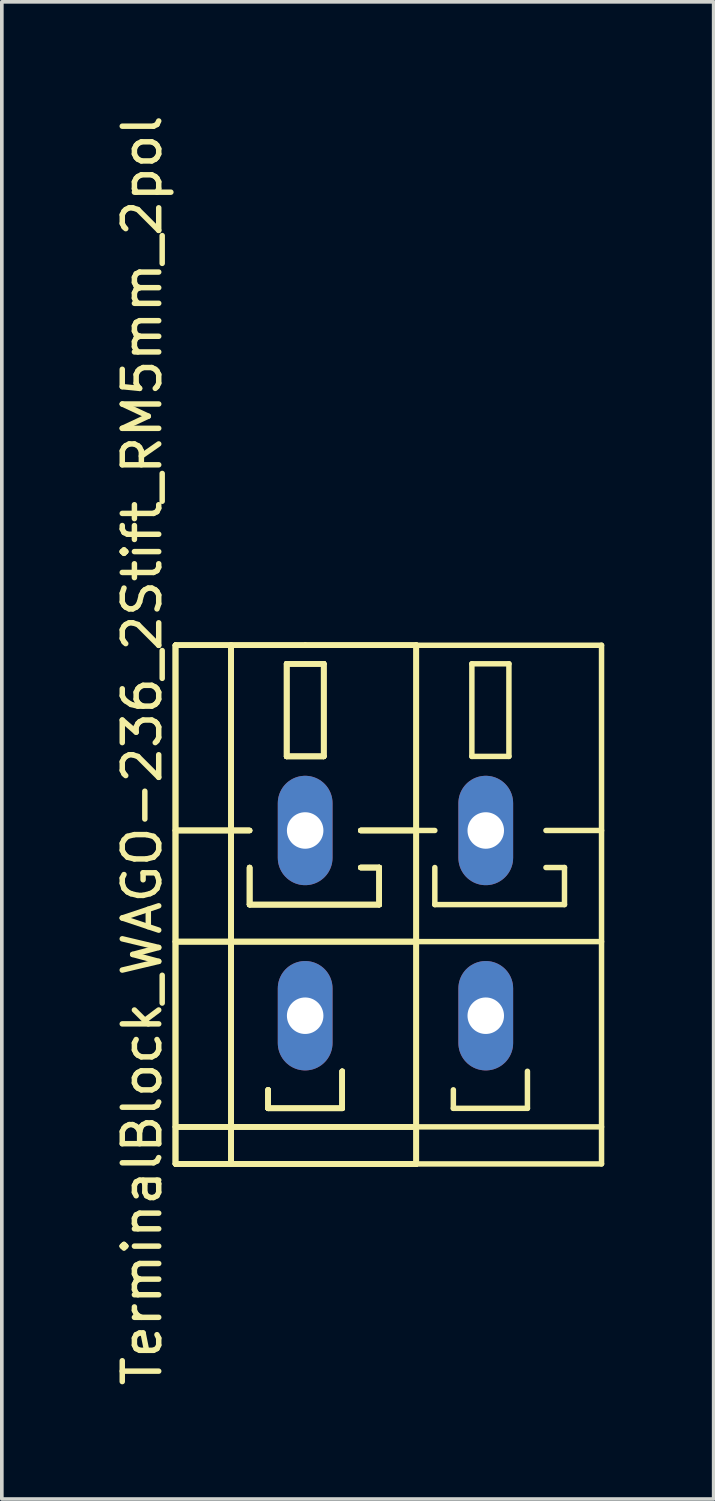
<source format=kicad_pcb>
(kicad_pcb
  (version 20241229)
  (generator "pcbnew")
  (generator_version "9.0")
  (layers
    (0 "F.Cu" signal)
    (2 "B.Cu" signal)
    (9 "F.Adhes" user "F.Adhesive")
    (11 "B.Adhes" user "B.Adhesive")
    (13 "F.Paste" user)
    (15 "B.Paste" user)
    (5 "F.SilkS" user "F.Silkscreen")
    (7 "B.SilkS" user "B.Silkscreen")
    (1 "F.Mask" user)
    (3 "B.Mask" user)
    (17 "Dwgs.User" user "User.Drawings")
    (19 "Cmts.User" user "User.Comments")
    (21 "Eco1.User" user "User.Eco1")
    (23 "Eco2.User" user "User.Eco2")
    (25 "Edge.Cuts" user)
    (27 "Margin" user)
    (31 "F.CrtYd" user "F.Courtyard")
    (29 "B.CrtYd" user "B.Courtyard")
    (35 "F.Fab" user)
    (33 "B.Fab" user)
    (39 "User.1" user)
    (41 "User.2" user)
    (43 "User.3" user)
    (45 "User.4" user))
  (footprint "TerminalBlock_WAGO-236_2Stift_RM5mm_2pol"
    (layer "F.Cu")
    (at 7.859 22.266)
    (property "Reference" "TerminalBlock_WAGO-236_2Stift_RM5mm_2pol" (at -7.011 -4.736 270) (layer "F.SilkS") (effects (font (size 1 1) (thickness 0.15))))
    (attr through_hole)
    (fp_line (start -6.096 -7.62) (end -4.572 -7.62) (stroke (width 0.15) (type solid)) (layer "F.SilkS"))
    (fp_line (start -6.096 -7.62) (end -4.572 -7.62) (stroke (width 0.15) (type solid)) (layer "F.SilkS"))
    (fp_line (start -6.096 -7.62) (end -4.572 -7.62) (stroke (width 0.15) (type solid)) (layer "F.SilkS"))
    (fp_line (start -6.096 -7.62) (end -4.572 -7.62) (stroke (width 0.15) (type solid)) (layer "F.SilkS"))
    (fp_line (start -6.096 -2.54) (end -4.064 -2.54) (stroke (width 0.15) (type solid)) (layer "F.SilkS"))
    (fp_line (start -6.096 -2.54) (end -4.064 -2.54) (stroke (width 0.15) (type solid)) (layer "F.SilkS"))
    (fp_line (start -6.096 -2.54) (end -4.064 -2.54) (stroke (width 0.15) (type solid)) (layer "F.SilkS"))
    (fp_line (start -6.096 -2.54) (end -4.064 -2.54) (stroke (width 0.15) (type solid)) (layer "F.SilkS"))
    (fp_line (start -6.096 0.508) (end 0.508 0.508) (stroke (width 0.15) (type solid)) (layer "F.SilkS"))
    (fp_line (start -6.096 0.508) (end 0.508 0.508) (stroke (width 0.15) (type solid)) (layer "F.SilkS"))
    (fp_line (start -6.096 0.508) (end 0.508 0.508) (stroke (width 0.15) (type solid)) (layer "F.SilkS"))
    (fp_line (start -6.096 0.508) (end 0.508 0.508) (stroke (width 0.15) (type solid)) (layer "F.SilkS"))
    (fp_line (start -6.096 5.588) (end 0.508 5.588) (stroke (width 0.15) (type solid)) (layer "F.SilkS"))
    (fp_line (start -6.096 5.588) (end 0.508 5.588) (stroke (width 0.15) (type solid)) (layer "F.SilkS"))
    (fp_line (start -6.096 5.588) (end 0.508 5.588) (stroke (width 0.15) (type solid)) (layer "F.SilkS"))
    (fp_line (start -6.096 5.588) (end 0.508 5.588) (stroke (width 0.15) (type solid)) (layer "F.SilkS"))
    (fp_line (start -6.096 6.604) (end -6.096 -7.62) (stroke (width 0.15) (type solid)) (layer "F.SilkS"))
    (fp_line (start -6.096 6.604) (end -6.096 -7.62) (stroke (width 0.15) (type solid)) (layer "F.SilkS"))
    (fp_line (start -6.096 6.604) (end -6.096 -7.62) (stroke (width 0.15) (type solid)) (layer "F.SilkS"))
    (fp_line (start -6.096 6.604) (end -6.096 -7.62) (stroke (width 0.15) (type solid)) (layer "F.SilkS"))
    (fp_line (start -4.572 -7.62) (end -2.54 -7.62) (stroke (width 0.15) (type solid)) (layer "F.SilkS"))
    (fp_line (start -4.572 -7.62) (end -2.54 -7.62) (stroke (width 0.15) (type solid)) (layer "F.SilkS"))
    (fp_line (start -4.572 -7.62) (end -2.54 -7.62) (stroke (width 0.15) (type solid)) (layer "F.SilkS"))
    (fp_line (start -4.572 -7.62) (end -2.54 -7.62) (stroke (width 0.15) (type solid)) (layer "F.SilkS"))
    (fp_line (start -4.572 6.604) (end -6.096 6.604) (stroke (width 0.15) (type solid)) (layer "F.SilkS"))
    (fp_line (start -4.572 6.604) (end -6.096 6.604) (stroke (width 0.15) (type solid)) (layer "F.SilkS"))
    (fp_line (start -4.572 6.604) (end -6.096 6.604) (stroke (width 0.15) (type solid)) (layer "F.SilkS"))
    (fp_line (start -4.572 6.604) (end -6.096 6.604) (stroke (width 0.15) (type solid)) (layer "F.SilkS"))
    (fp_line (start -4.572 6.604) (end -4.572 -7.62) (stroke (width 0.15) (type solid)) (layer "F.SilkS"))
    (fp_line (start -4.572 6.604) (end -4.572 -7.62) (stroke (width 0.15) (type solid)) (layer "F.SilkS"))
    (fp_line (start -4.572 6.604) (end -4.572 -7.62) (stroke (width 0.15) (type solid)) (layer "F.SilkS"))
    (fp_line (start -4.572 6.604) (end -4.572 -7.62) (stroke (width 0.15) (type solid)) (layer "F.SilkS"))
    (fp_line (start -4.064 -1.524) (end -4.064 -0.508) (stroke (width 0.15) (type solid)) (layer "F.SilkS"))
    (fp_line (start -4.064 -1.524) (end -4.064 -0.508) (stroke (width 0.15) (type solid)) (layer "F.SilkS"))
    (fp_line (start -4.064 -1.524) (end -4.064 -0.508) (stroke (width 0.15) (type solid)) (layer "F.SilkS"))
    (fp_line (start -4.064 -1.524) (end -4.064 -0.508) (stroke (width 0.15) (type solid)) (layer "F.SilkS"))
    (fp_line (start -4.064 -0.508) (end -0.508 -0.508) (stroke (width 0.15) (type solid)) (layer "F.SilkS"))
    (fp_line (start -4.064 -0.508) (end -0.508 -0.508) (stroke (width 0.15) (type solid)) (layer "F.SilkS"))
    (fp_line (start -4.064 -0.508) (end -0.508 -0.508) (stroke (width 0.15) (type solid)) (layer "F.SilkS"))
    (fp_line (start -4.064 -0.508) (end -0.508 -0.508) (stroke (width 0.15) (type solid)) (layer "F.SilkS"))
    (fp_line (start -3.556 4.572) (end -3.556 5.08) (stroke (width 0.15) (type solid)) (layer "F.SilkS"))
    (fp_line (start -3.556 4.572) (end -3.556 5.08) (stroke (width 0.15) (type solid)) (layer "F.SilkS"))
    (fp_line (start -3.556 4.572) (end -3.556 5.08) (stroke (width 0.15) (type solid)) (layer "F.SilkS"))
    (fp_line (start -3.556 4.572) (end -3.556 5.08) (stroke (width 0.15) (type solid)) (layer "F.SilkS"))
    (fp_line (start -3.556 5.08) (end -1.524 5.08) (stroke (width 0.15) (type solid)) (layer "F.SilkS"))
    (fp_line (start -3.556 5.08) (end -1.524 5.08) (stroke (width 0.15) (type solid)) (layer "F.SilkS"))
    (fp_line (start -3.556 5.08) (end -1.524 5.08) (stroke (width 0.15) (type solid)) (layer "F.SilkS"))
    (fp_line (start -3.556 5.08) (end -1.524 5.08) (stroke (width 0.15) (type solid)) (layer "F.SilkS"))
    (fp_line (start -3.048 -7.112) (end -2.032 -7.112) (stroke (width 0.15) (type solid)) (layer "F.SilkS"))
    (fp_line (start -3.048 -7.112) (end -2.032 -7.112) (stroke (width 0.15) (type solid)) (layer "F.SilkS"))
    (fp_line (start -3.048 -7.112) (end -2.032 -7.112) (stroke (width 0.15) (type solid)) (layer "F.SilkS"))
    (fp_line (start -3.048 -7.112) (end -2.032 -7.112) (stroke (width 0.15) (type solid)) (layer "F.SilkS"))
    (fp_line (start -3.048 -4.572) (end -3.048 -7.112) (stroke (width 0.15) (type solid)) (layer "F.SilkS"))
    (fp_line (start -3.048 -4.572) (end -3.048 -7.112) (stroke (width 0.15) (type solid)) (layer "F.SilkS"))
    (fp_line (start -3.048 -4.572) (end -3.048 -7.112) (stroke (width 0.15) (type solid)) (layer "F.SilkS"))
    (fp_line (start -3.048 -4.572) (end -3.048 -7.112) (stroke (width 0.15) (type solid)) (layer "F.SilkS"))
    (fp_line (start -2.54 -7.62) (end 0.508 -7.62) (stroke (width 0.15) (type solid)) (layer "F.SilkS"))
    (fp_line (start -2.54 -7.62) (end 0.508 -7.62) (stroke (width 0.15) (type solid)) (layer "F.SilkS"))
    (fp_line (start -2.54 -7.62) (end 0.508 -7.62) (stroke (width 0.15) (type solid)) (layer "F.SilkS"))
    (fp_line (start -2.54 -7.62) (end 0.508 -7.62) (stroke (width 0.15) (type solid)) (layer "F.SilkS"))
    (fp_line (start -2.032 -7.112) (end -2.032 -4.572) (stroke (width 0.15) (type solid)) (layer "F.SilkS"))
    (fp_line (start -2.032 -7.112) (end -2.032 -4.572) (stroke (width 0.15) (type solid)) (layer "F.SilkS"))
    (fp_line (start -2.032 -7.112) (end -2.032 -4.572) (stroke (width 0.15) (type solid)) (layer "F.SilkS"))
    (fp_line (start -2.032 -7.112) (end -2.032 -4.572) (stroke (width 0.15) (type solid)) (layer "F.SilkS"))
    (fp_line (start -2.032 -4.572) (end -3.048 -4.572) (stroke (width 0.15) (type solid)) (layer "F.SilkS"))
    (fp_line (start -2.032 -4.572) (end -3.048 -4.572) (stroke (width 0.15) (type solid)) (layer "F.SilkS"))
    (fp_line (start -2.032 -4.572) (end -3.048 -4.572) (stroke (width 0.15) (type solid)) (layer "F.SilkS"))
    (fp_line (start -2.032 -4.572) (end -3.048 -4.572) (stroke (width 0.15) (type solid)) (layer "F.SilkS"))
    (fp_line (start -1.524 5.08) (end -1.524 4.064) (stroke (width 0.15) (type solid)) (layer "F.SilkS"))
    (fp_line (start -1.524 5.08) (end -1.524 4.064) (stroke (width 0.15) (type solid)) (layer "F.SilkS"))
    (fp_line (start -1.524 5.08) (end -1.524 4.064) (stroke (width 0.15) (type solid)) (layer "F.SilkS"))
    (fp_line (start -1.524 5.08) (end -1.524 4.064) (stroke (width 0.15) (type solid)) (layer "F.SilkS"))
    (fp_line (start -1.016 -2.54) (end 0.508 -2.54) (stroke (width 0.15) (type solid)) (layer "F.SilkS"))
    (fp_line (start -1.016 -2.54) (end 0.508 -2.54) (stroke (width 0.15) (type solid)) (layer "F.SilkS"))
    (fp_line (start -1.016 -2.54) (end 0.508 -2.54) (stroke (width 0.15) (type solid)) (layer "F.SilkS"))
    (fp_line (start -1.016 -2.54) (end 0.508 -2.54) (stroke (width 0.15) (type solid)) (layer "F.SilkS"))
    (fp_line (start -0.508 -1.524) (end -1.016 -1.524) (stroke (width 0.15) (type solid)) (layer "F.SilkS"))
    (fp_line (start -0.508 -1.524) (end -1.016 -1.524) (stroke (width 0.15) (type solid)) (layer "F.SilkS"))
    (fp_line (start -0.508 -1.524) (end -1.016 -1.524) (stroke (width 0.15) (type solid)) (layer "F.SilkS"))
    (fp_line (start -0.508 -1.524) (end -1.016 -1.524) (stroke (width 0.15) (type solid)) (layer "F.SilkS"))
    (fp_line (start -0.508 -0.508) (end -0.508 -1.524) (stroke (width 0.15) (type solid)) (layer "F.SilkS"))
    (fp_line (start -0.508 -0.508) (end -0.508 -1.524) (stroke (width 0.15) (type solid)) (layer "F.SilkS"))
    (fp_line (start -0.508 -0.508) (end -0.508 -1.524) (stroke (width 0.15) (type solid)) (layer "F.SilkS"))
    (fp_line (start -0.508 -0.508) (end -0.508 -1.524) (stroke (width 0.15) (type solid)) (layer "F.SilkS"))
    (fp_line (start 0.508 -7.62) (end 0.508 6.604) (stroke (width 0.15) (type solid)) (layer "F.SilkS"))
    (fp_line (start 0.508 -7.62) (end 0.508 6.604) (stroke (width 0.15) (type solid)) (layer "F.SilkS"))
    (fp_line (start 0.508 -7.62) (end 0.508 6.604) (stroke (width 0.15) (type solid)) (layer "F.SilkS"))
    (fp_line (start 0.508 -7.62) (end 0.508 6.604) (stroke (width 0.15) (type solid)) (layer "F.SilkS"))
    (fp_line (start 0.508 -2.54) (end 1.016 -2.54) (stroke (width 0.15) (type solid)) (layer "F.SilkS"))
    (fp_line (start 0.508 0.508) (end 5.588 0.508) (stroke (width 0.15) (type solid)) (layer "F.SilkS"))
    (fp_line (start 0.508 5.588) (end 5.588 5.588) (stroke (width 0.15) (type solid)) (layer "F.SilkS"))
    (fp_line (start 0.508 6.604) (end -4.572 6.604) (stroke (width 0.15) (type solid)) (layer "F.SilkS"))
    (fp_line (start 0.508 6.604) (end -4.572 6.604) (stroke (width 0.15) (type solid)) (layer "F.SilkS"))
    (fp_line (start 0.508 6.604) (end -4.572 6.604) (stroke (width 0.15) (type solid)) (layer "F.SilkS"))
    (fp_line (start 0.508 6.604) (end -4.572 6.604) (stroke (width 0.15) (type solid)) (layer "F.SilkS"))
    (fp_line (start 0.508 6.604) (end 5.588 6.604) (stroke (width 0.15) (type solid)) (layer "F.SilkS"))
    (fp_line (start 1.016 -1.524) (end 1.016 -0.508) (stroke (width 0.15) (type solid)) (layer "F.SilkS"))
    (fp_line (start 1.016 -0.508) (end 4.572 -0.508) (stroke (width 0.15) (type solid)) (layer "F.SilkS"))
    (fp_line (start 1.524 4.572) (end 1.524 5.08) (stroke (width 0.15) (type solid)) (layer "F.SilkS"))
    (fp_line (start 1.524 5.08) (end 3.556 5.08) (stroke (width 0.15) (type solid)) (layer "F.SilkS"))
    (fp_line (start 2.032 -7.112) (end 2.032 -4.572) (stroke (width 0.15) (type solid)) (layer "F.SilkS"))
    (fp_line (start 2.032 -4.572) (end 3.048 -4.572) (stroke (width 0.15) (type solid)) (layer "F.SilkS"))
    (fp_line (start 3.048 -7.112) (end 2.032 -7.112) (stroke (width 0.15) (type solid)) (layer "F.SilkS"))
    (fp_line (start 3.048 -4.572) (end 3.048 -7.112) (stroke (width 0.15) (type solid)) (layer "F.SilkS"))
    (fp_line (start 3.556 5.08) (end 3.556 4.064) (stroke (width 0.15) (type solid)) (layer "F.SilkS"))
    (fp_line (start 4.064 -2.54) (end 5.588 -2.54) (stroke (width 0.15) (type solid)) (layer "F.SilkS"))
    (fp_line (start 4.572 -1.524) (end 4.064 -1.524) (stroke (width 0.15) (type solid)) (layer "F.SilkS"))
    (fp_line (start 4.572 -0.508) (end 4.572 -1.524) (stroke (width 0.15) (type solid)) (layer "F.SilkS"))
    (fp_line (start 5.588 -7.62) (end 0.508 -7.62) (stroke (width 0.15) (type solid)) (layer "F.SilkS"))
    (fp_line (start 5.588 6.604) (end 5.588 -7.62) (stroke (width 0.15) (type solid)) (layer "F.SilkS"))
    (pad "1" thru_hole oval (at -2.54 -2.54 90) (size 3 1.501) (drill 1.001) (layers "*.Cu" "*.Mask"))
    (pad "1" thru_hole oval (at -2.54 2.54 90) (size 3 1.501) (drill 1.001) (layers "*.Cu" "*.Mask"))
    (pad "2" thru_hole oval (at 2.413 -2.54 90) (size 3 1.501) (drill 1.001) (layers "*.Cu" "*.Mask"))
    (pad "2" thru_hole oval (at 2.413 2.54 90) (size 3 1.501) (drill 1.001) (layers "*.Cu" "*.Mask")))
  (gr_rect
    (start -3 -3)
    (end 16.522 38.06)
    (stroke (width 0.1) (type default))
    (fill no)
    (layer "Edge.Cuts")))
</source>
